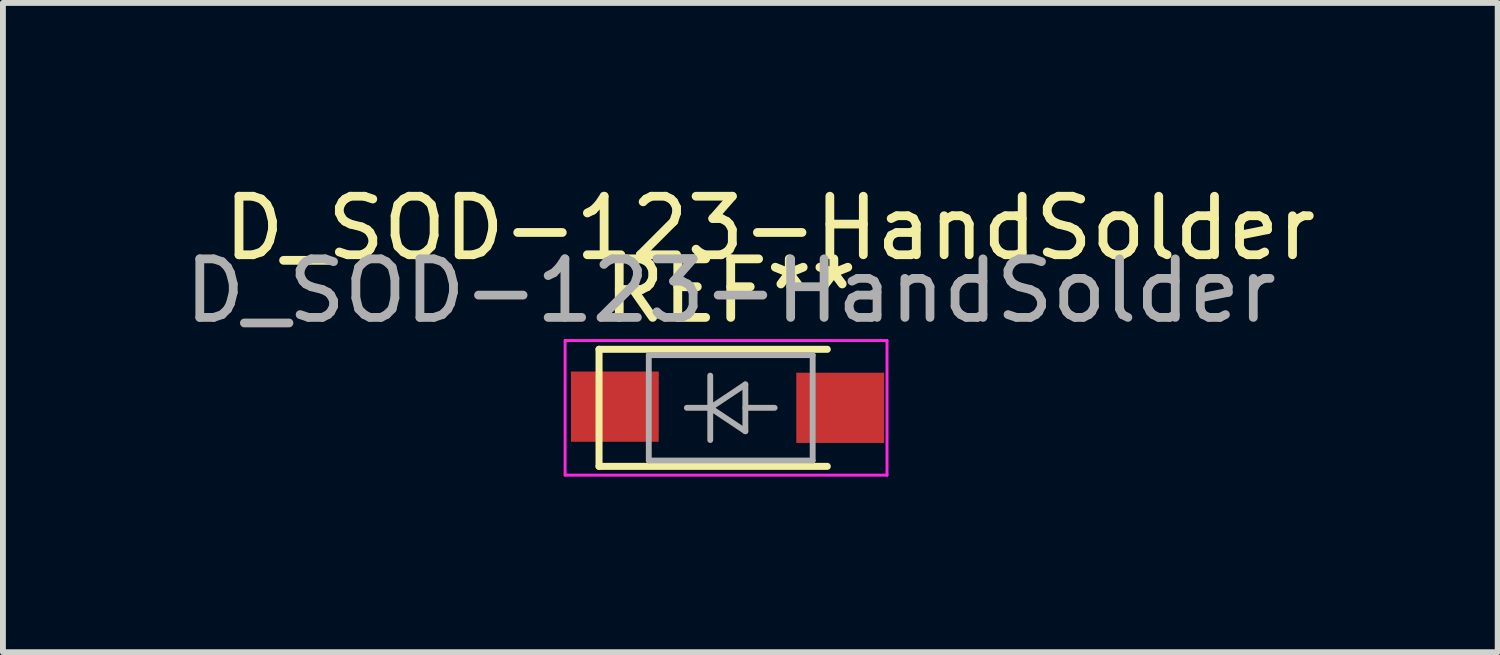
<source format=kicad_pcb>
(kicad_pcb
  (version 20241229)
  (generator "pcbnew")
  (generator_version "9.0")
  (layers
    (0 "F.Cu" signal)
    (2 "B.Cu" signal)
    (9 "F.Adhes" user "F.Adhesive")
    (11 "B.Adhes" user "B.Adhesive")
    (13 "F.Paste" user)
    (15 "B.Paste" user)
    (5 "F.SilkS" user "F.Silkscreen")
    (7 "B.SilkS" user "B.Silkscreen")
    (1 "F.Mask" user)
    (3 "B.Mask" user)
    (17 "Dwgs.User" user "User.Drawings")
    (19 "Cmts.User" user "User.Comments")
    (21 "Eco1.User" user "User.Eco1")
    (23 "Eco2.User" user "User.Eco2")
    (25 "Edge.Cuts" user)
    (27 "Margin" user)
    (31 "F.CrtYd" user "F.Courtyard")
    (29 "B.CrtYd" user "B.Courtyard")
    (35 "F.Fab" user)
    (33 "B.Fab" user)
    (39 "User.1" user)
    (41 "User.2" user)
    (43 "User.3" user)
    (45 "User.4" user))
  (footprint "D_SOD-123-HandSolder"
    (layer "F.Cu")
    (at 10.105 0.348)
    (property "Reference" "D_SOD-123-HandSolder" (at 0 0.5 0) (layer "F.SilkS") (effects (font (size 1 1) (thickness 0.15))))
    (attr through_hole)
    (fp_line (start -2.92 2.57) (end -2.92 4.57) (stroke (width 0.12) (type solid)) (layer "F.SilkS"))
    (fp_line (start -2.92 2.57) (end 0.98 2.57) (stroke (width 0.12) (type solid)) (layer "F.SilkS"))
    (fp_line (start -2.92 4.57) (end 0.98 4.57) (stroke (width 0.12) (type solid)) (layer "F.SilkS"))
    (fp_line (start -3.5 2.42) (end -3.5 4.72) (stroke (width 0.05) (type solid)) (layer "F.CrtYd"))
    (fp_line (start -3.5 2.42) (end 2 2.42) (stroke (width 0.05) (type solid)) (layer "F.CrtYd"))
    (fp_line (start 2 2.42) (end 2 4.72) (stroke (width 0.05) (type solid)) (layer "F.CrtYd"))
    (fp_line (start 2 4.72) (end -3.5 4.72) (stroke (width 0.05) (type solid)) (layer "F.CrtYd"))
    (fp_line (start -2.07 2.67) (end 0.73 2.67) (stroke (width 0.1) (type solid)) (layer "F.Fab"))
    (fp_line (start -2.07 4.47) (end -2.07 2.67) (stroke (width 0.1) (type solid)) (layer "F.Fab"))
    (fp_line (start -1.42 3.57) (end -1.02 3.57) (stroke (width 0.1) (type solid)) (layer "F.Fab"))
    (fp_line (start -1.02 3.57) (end -1.02 3.02) (stroke (width 0.1) (type solid)) (layer "F.Fab"))
    (fp_line (start -1.02 3.57) (end -1.02 4.12) (stroke (width 0.1) (type solid)) (layer "F.Fab"))
    (fp_line (start -1.02 3.57) (end -0.42 3.17) (stroke (width 0.1) (type solid)) (layer "F.Fab"))
    (fp_line (start -0.42 3.17) (end -0.42 3.97) (stroke (width 0.1) (type solid)) (layer "F.Fab"))
    (fp_line (start -0.42 3.57) (end 0.08 3.57) (stroke (width 0.1) (type solid)) (layer "F.Fab"))
    (fp_line (start -0.42 3.97) (end -1.02 3.57) (stroke (width 0.1) (type solid)) (layer "F.Fab"))
    (fp_line (start 0.73 2.67) (end 0.73 4.47) (stroke (width 0.1) (type solid)) (layer "F.Fab"))
    (fp_line (start 0.73 4.47) (end -2.07 4.47) (stroke (width 0.1) (type solid)) (layer "F.Fab"))
    (fp_text user "REF**" (at -0.67 1.57 0) (layer "F.SilkS") (effects (font (size 1 1) (thickness 0.15))))
    (fp_text user "${REFERENCE}" (at -0.67 1.57 0) (layer "F.Fab") (effects (font (size 1 1) (thickness 0.15))))
    (pad "1" smd rect (at -2.65 3.55) (size 1.5 1.2) (layers "F.Cu" "F.Mask" "F.Paste"))
    (pad "2" smd rect (at 1.2 3.57) (size 1.5 1.2) (layers "F.Cu" "F.Mask" "F.Paste")))
  (gr_rect
    (start -3 -3)
    (end 22.539 8.093)
    (stroke (width 0.1) (type default))
    (fill no)
    (layer "Edge.Cuts")))
</source>
